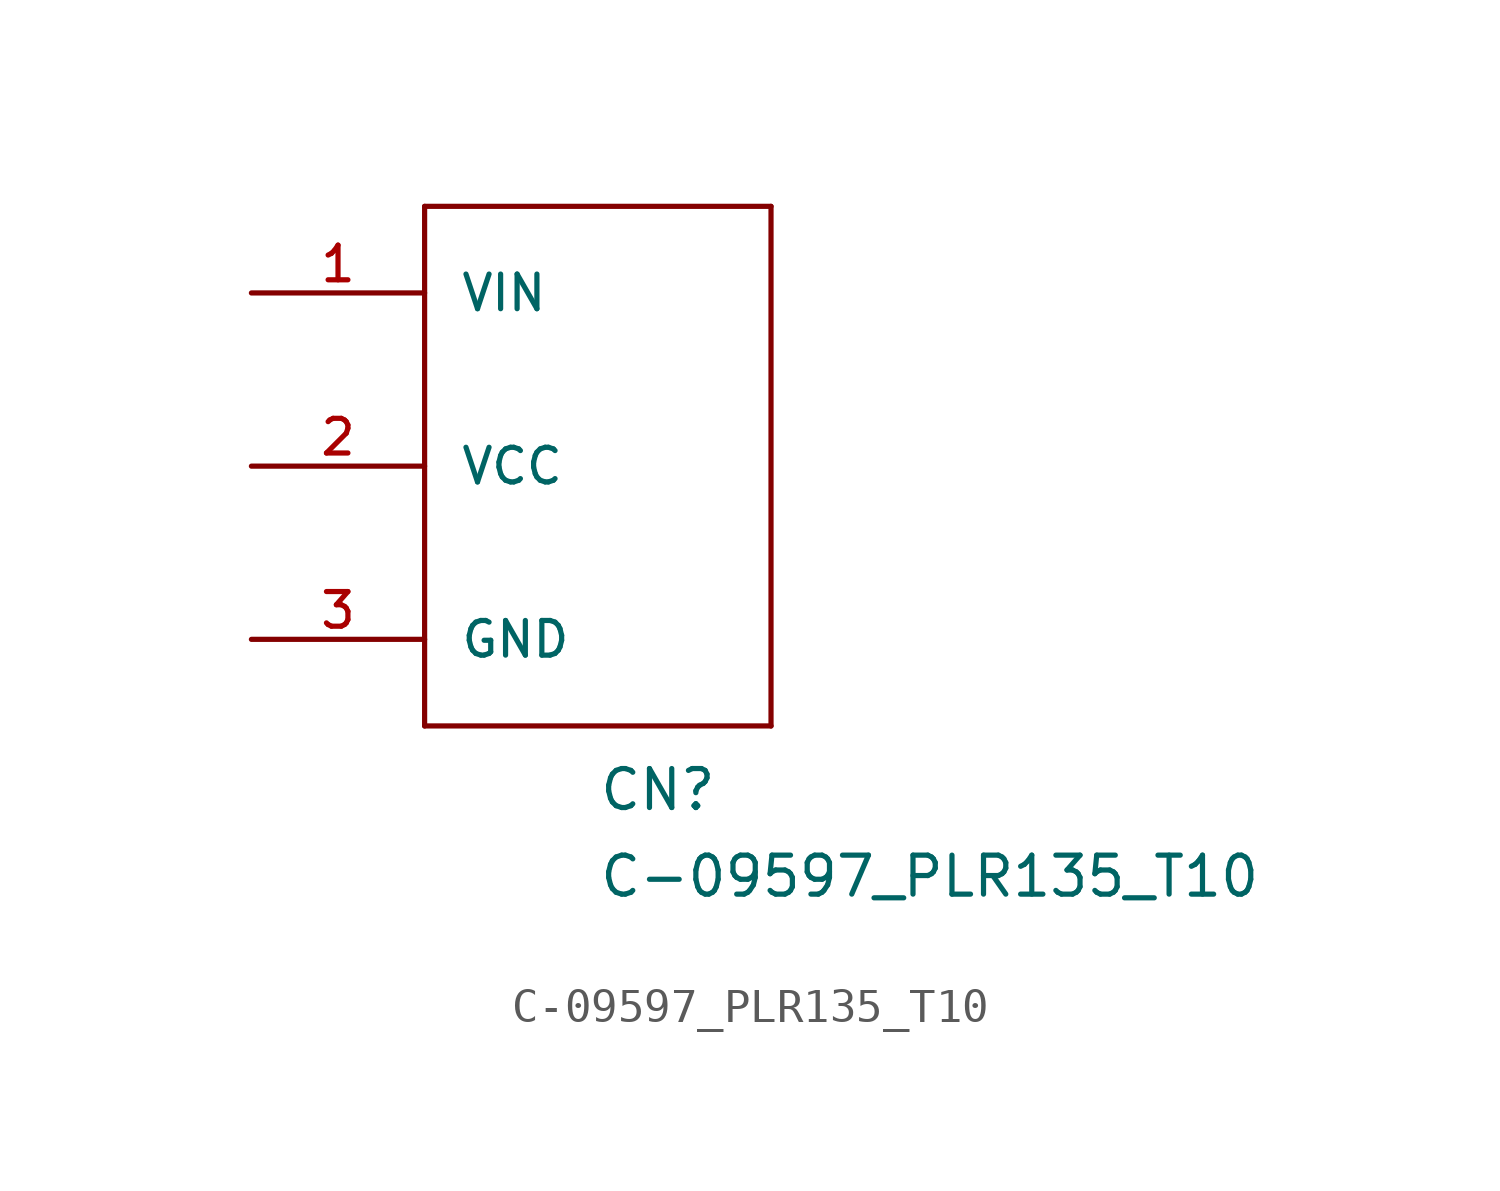
<source format=kicad_sym>
(kicad_symbol_lib
  (version 20211014)
  (generator kicad_symbol_editor)
  (symbol "C-09597_PLR135_T10"
    (pin_names
      (offset 1.016))
    (property "Reference" "CN"
      (at 2.54 -10.16 0)
      (effects (font (size 1.143 1.143)) (justify left bottom)))
    (property "Value" "C-09597_PLR135_T10"
      (at 2.54 -12.7 0)
      (effects (font (size 1.143 1.143)) (justify left bottom)))
    (property "ki_locked" ""
      (at 0 0 0)
      (effects (font (size 1.27 1.27))))
    (symbol "C-09597_PLR135_T10_1_0"
      (polyline (pts (xy -2.54 -7.62) (xy -2.54 7.62)) (stroke (width 0) (type default) (color 0 0 0 0)) (fill (type none)))
      (polyline (pts (xy -2.54 7.62) (xy 7.62 7.62)) (stroke (width 0) (type default) (color 0 0 0 0)) (fill (type none)))
      (polyline (pts (xy 7.62 -7.62) (xy -2.54 -7.62)) (stroke (width 0) (type default) (color 0 0 0 0)) (fill (type none)))
      (polyline (pts (xy 7.62 7.62) (xy 7.62 -7.62)) (stroke (width 0) (type default) (color 0 0 0 0)) (fill (type none))))
    (symbol "C-09597_PLR135_T10_1_1"
      (pin bidirectional line (at -7.62 5.08 0) (length 5.08) (name "VIN" (effects (font (size 1.016 1.016)))) (number "1" (effects (font (size 1.016 1.016)))))
      (pin bidirectional line (at -7.62 0 0) (length 5.08) (name "VCC" (effects (font (size 1.016 1.016)))) (number "2" (effects (font (size 1.016 1.016)))))
      (pin bidirectional line (at -7.62 -5.08 0) (length 5.08) (name "GND" (effects (font (size 1.016 1.016)))) (number "3" (effects (font (size 1.016 1.016))))))))
</source>
